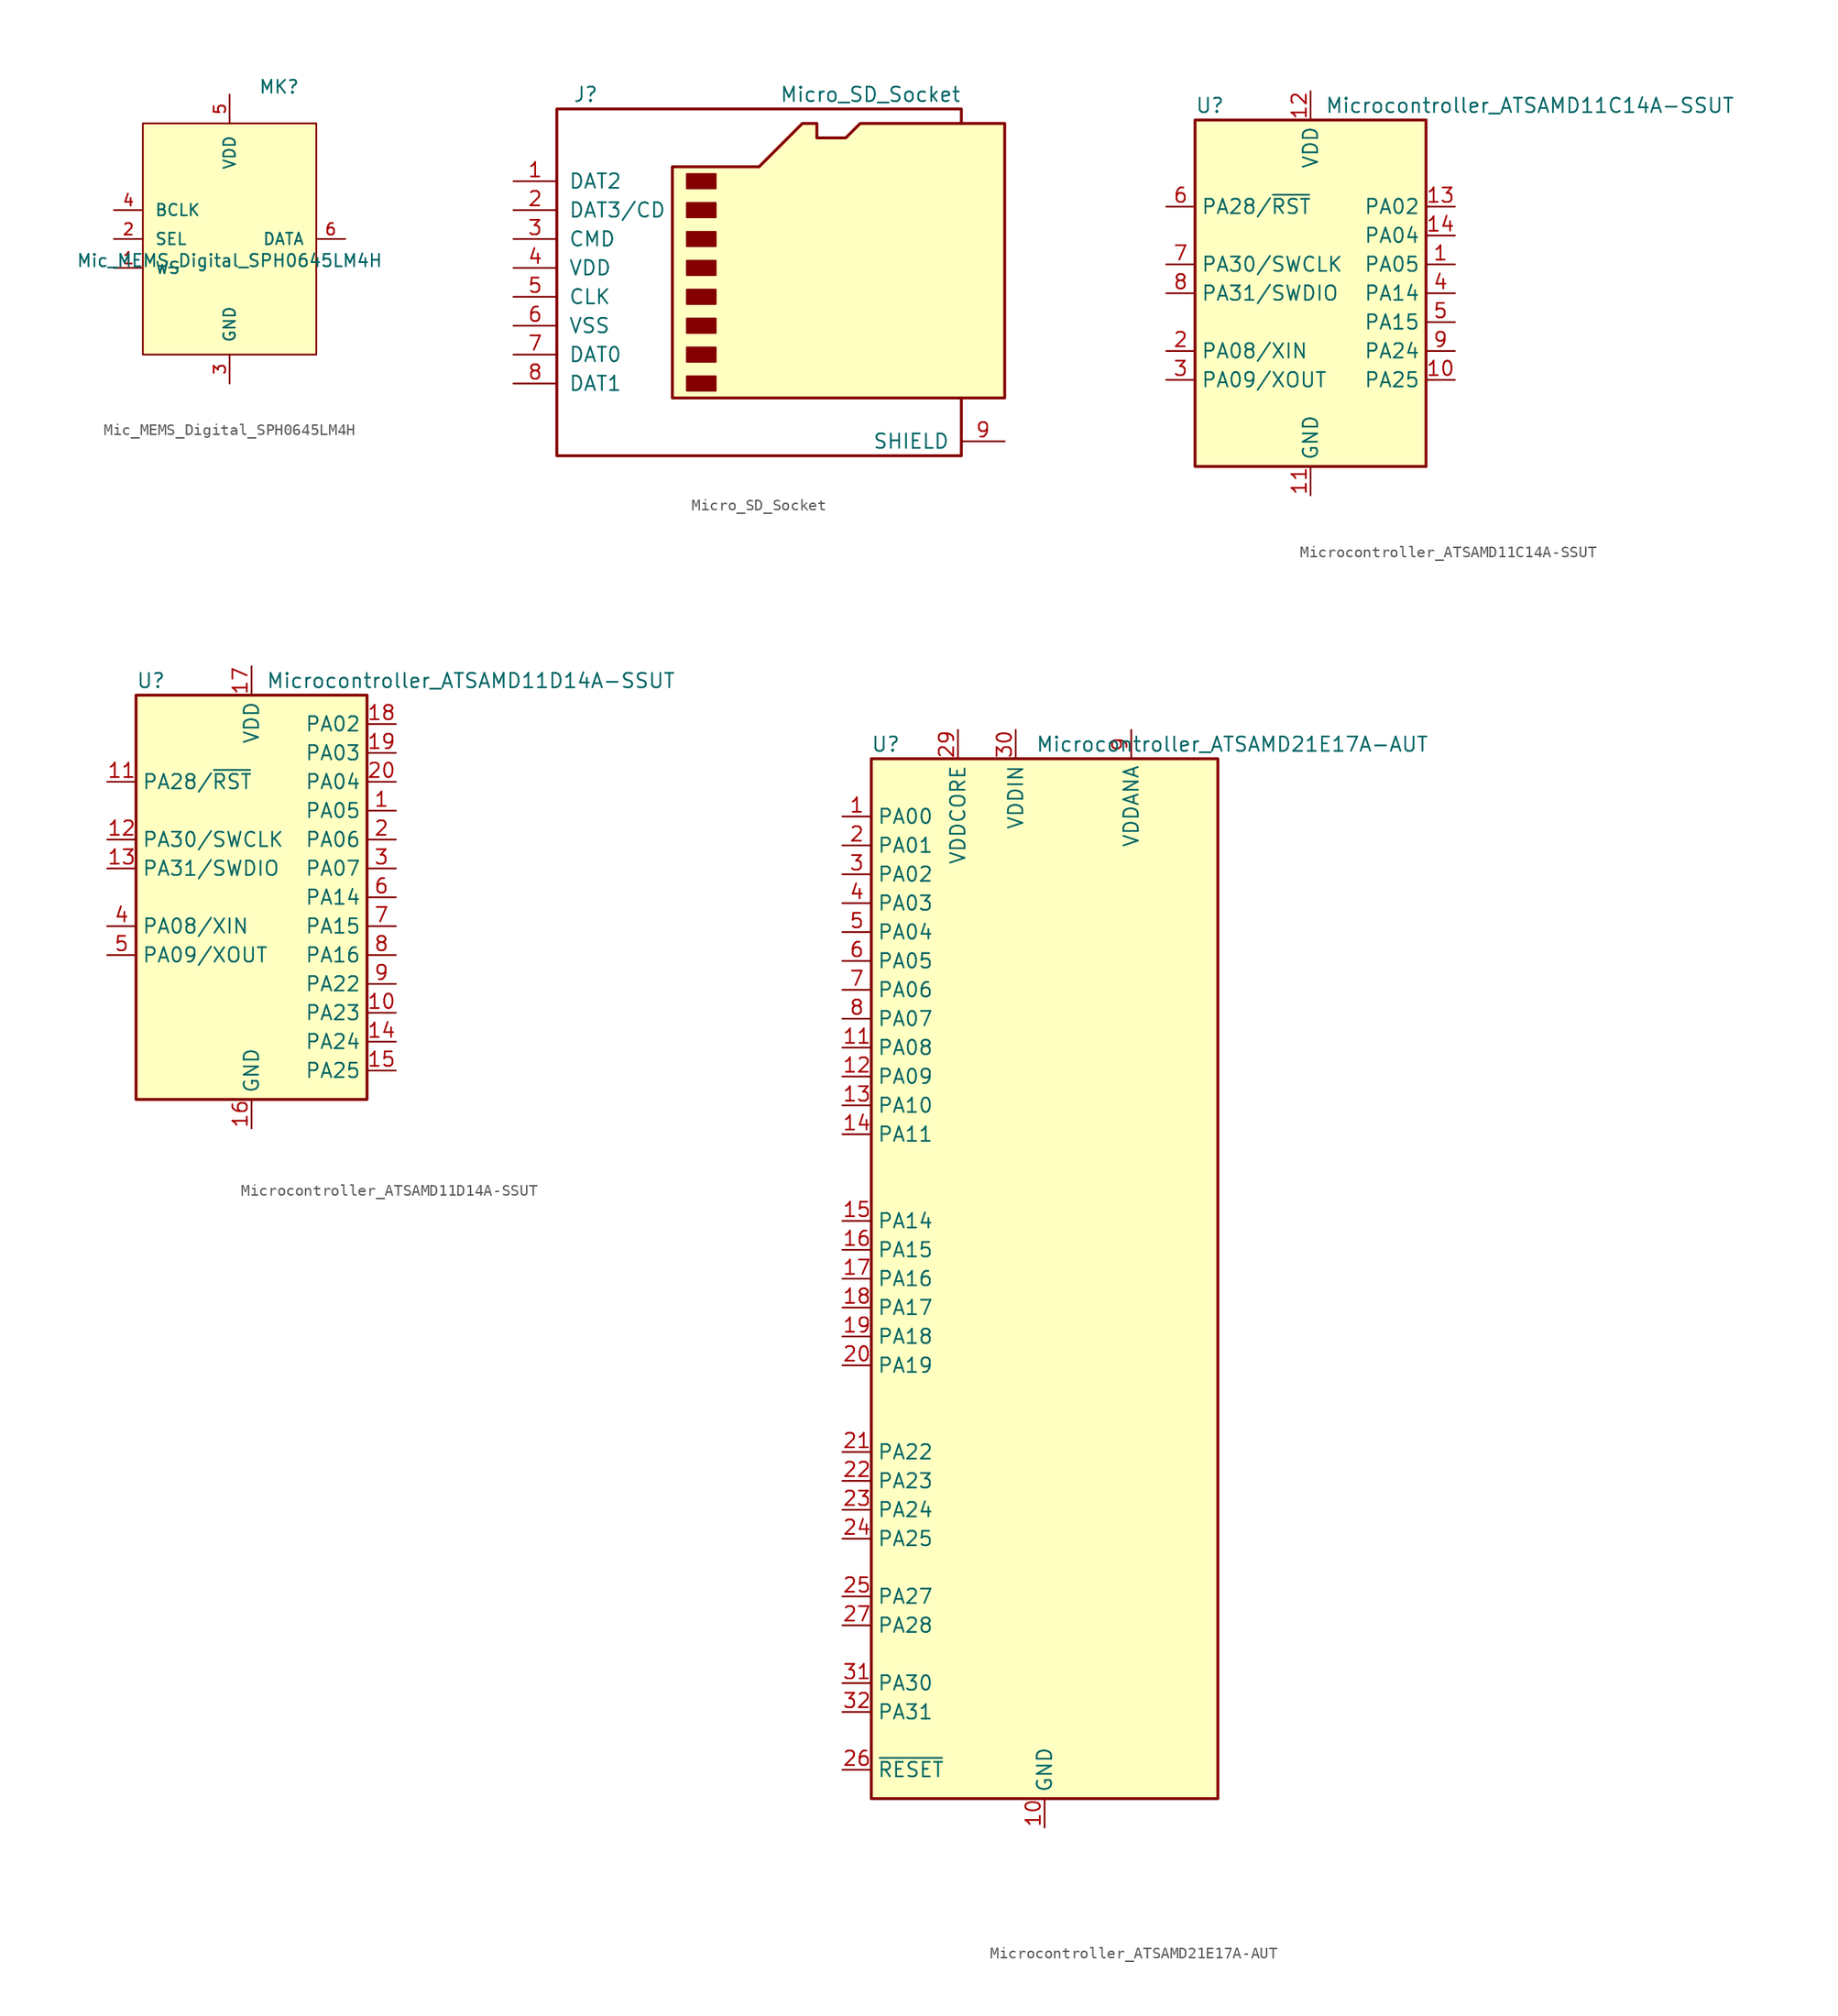
<source format=kicad_sym>
(kicad_symbol_lib
  (version 20220914)
  (generator kicad_symbol_editor)
  (symbol "Mic_MEMS_Digital_SPH0645LM4H"
    (pin_names
      (offset 1.016))
    (property "Reference" "MK"
      (at 2.54 12.7 0)
      (effects (font (size 1.143 1.143)) (justify left bottom)))
    (property "Value" "Mic_MEMS_Digital_SPH0645LM4H"
      (at 0 -2.54 0)
      (effects (font (size 1.092 1.092)) (justify bottom)))
    (symbol "Mic_MEMS_Digital_SPH0645LM4H_0_1"
      (rectangle (start -7.62 10.16) (end 7.62 -10.16) (stroke (width 0) (type solid)) (fill (type background))))
    (symbol "Mic_MEMS_Digital_SPH0645LM4H_1_1"
      (pin input line (at -10.16 -2.54 0) (length 2.54) (name "WS" (effects (font (size 1.016 1.016)))) (number "1" (effects (font (size 1.016 1.016)))))
      (pin input line (at -10.16 0 0) (length 2.54) (name "SEL" (effects (font (size 1.016 1.016)))) (number "2" (effects (font (size 1.016 1.016)))))
      (pin power_in line (at 0 -12.7 90) (length 2.54) (name "GND" (effects (font (size 1.016 1.016)))) (number "3" (effects (font (size 1.016 1.016)))))
      (pin input line (at -10.16 2.54 0) (length 2.54) (name "BCLK" (effects (font (size 1.016 1.016)))) (number "4" (effects (font (size 1.016 1.016)))))
      (pin power_in line (at 0 12.7 270) (length 2.54) (name "VDD" (effects (font (size 1.016 1.016)))) (number "5" (effects (font (size 1.016 1.016)))))
      (pin output line (at 10.16 0 180) (length 2.54) (name "DATA" (effects (font (size 1.016 1.016)))) (number "6" (effects (font (size 1.016 1.016)))))))
  (symbol "Micro_SD_Socket"
    (pin_names
      (offset 1.016))
    (property "Reference" "J"
      (at -16.51 15.24 0)
      (effects (font (size 1.27 1.27))))
    (property "Value" "Micro_SD_Socket"
      (at 16.51 15.24 0)
      (effects (font (size 1.27 1.27)) (justify right)))
    (symbol "Micro_SD_Socket_0_1"
      (rectangle (start -7.62 -9.525) (end -5.08 -10.795) (stroke (width 0) (type solid)) (fill (type outline)))
      (rectangle (start -7.62 -6.985) (end -5.08 -8.255) (stroke (width 0) (type solid)) (fill (type outline)))
      (rectangle (start -7.62 -4.445) (end -5.08 -5.715) (stroke (width 0) (type solid)) (fill (type outline)))
      (rectangle (start -7.62 -1.905) (end -5.08 -3.175) (stroke (width 0) (type solid)) (fill (type outline)))
      (rectangle (start -7.62 0.635) (end -5.08 -0.635) (stroke (width 0) (type solid)) (fill (type outline)))
      (rectangle (start -7.62 3.175) (end -5.08 1.905) (stroke (width 0) (type solid)) (fill (type outline)))
      (rectangle (start -7.62 5.715) (end -5.08 4.445) (stroke (width 0) (type solid)) (fill (type outline)))
      (rectangle (start -7.62 8.255) (end -5.08 6.985) (stroke (width 0) (type solid)) (fill (type outline)))
      (polyline (pts (xy 16.51 12.7) (xy 16.51 13.97) (xy -19.05 13.97) (xy -19.05 -16.51) (xy 16.51 -16.51) (xy 16.51 -11.43)) (stroke (width 0.254) (type solid)) (fill (type none)))
      (polyline (pts (xy -8.89 -11.43) (xy -8.89 8.89) (xy -1.27 8.89) (xy 2.54 12.7) (xy 3.81 12.7) (xy 3.81 11.43) (xy 6.35 11.43) (xy 7.62 12.7) (xy 20.32 12.7) (xy 20.32 -11.43) (xy -8.89 -11.43)) (stroke (width 0.254) (type solid)) (fill (type background))))
    (symbol "Micro_SD_Socket_1_1"
      (pin bidirectional line (at -22.86 7.62 0) (length 3.81) (name "DAT2" (effects (font (size 1.27 1.27)))) (number "1" (effects (font (size 1.27 1.27)))))
      (pin bidirectional line (at -22.86 5.08 0) (length 3.81) (name "DAT3/CD" (effects (font (size 1.27 1.27)))) (number "2" (effects (font (size 1.27 1.27)))))
      (pin input line (at -22.86 2.54 0) (length 3.81) (name "CMD" (effects (font (size 1.27 1.27)))) (number "3" (effects (font (size 1.27 1.27)))))
      (pin power_in line (at -22.86 0 0) (length 3.81) (name "VDD" (effects (font (size 1.27 1.27)))) (number "4" (effects (font (size 1.27 1.27)))))
      (pin input line (at -22.86 -2.54 0) (length 3.81) (name "CLK" (effects (font (size 1.27 1.27)))) (number "5" (effects (font (size 1.27 1.27)))))
      (pin power_in line (at -22.86 -5.08 0) (length 3.81) (name "VSS" (effects (font (size 1.27 1.27)))) (number "6" (effects (font (size 1.27 1.27)))))
      (pin bidirectional line (at -22.86 -7.62 0) (length 3.81) (name "DAT0" (effects (font (size 1.27 1.27)))) (number "7" (effects (font (size 1.27 1.27)))))
      (pin bidirectional line (at -22.86 -10.16 0) (length 3.81) (name "DAT1" (effects (font (size 1.27 1.27)))) (number "8" (effects (font (size 1.27 1.27)))))
      (pin passive line (at 20.32 -15.24 180) (length 3.81) (name "SHIELD" (effects (font (size 1.27 1.27)))) (number "9" (effects (font (size 1.27 1.27)))))))
  (symbol "Microcontroller_ATSAMD11C14A-SSUT"
    (property "Reference" "U"
      (at -10.16 16.51 0)
      (effects (font (size 1.27 1.27)) (justify left)))
    (property "Value" "Microcontroller_ATSAMD11C14A-SSUT"
      (at 1.27 16.51 0)
      (effects (font (size 1.27 1.27)) (justify left)))
    (symbol "Microcontroller_ATSAMD11C14A-SSUT_0_1"
      (rectangle (start -10.16 15.24) (end 10.16 -15.24) (stroke (width 0.254) (type solid)) (fill (type background))))
    (symbol "Microcontroller_ATSAMD11C14A-SSUT_1_1"
      (pin bidirectional line (at 12.7 2.54 180) (length 2.54) (name "PA05" (effects (font (size 1.27 1.27)))) (number "1" (effects (font (size 1.27 1.27)))))
      (pin bidirectional line (at 12.7 -7.62 180) (length 2.54) (name "PA25" (effects (font (size 1.27 1.27)))) (number "10" (effects (font (size 1.27 1.27)))))
      (pin power_in line (at 0 -17.78 90) (length 2.54) (name "GND" (effects (font (size 1.27 1.27)))) (number "11" (effects (font (size 1.27 1.27)))))
      (pin power_in line (at 0 17.78 270) (length 2.54) (name "VDD" (effects (font (size 1.27 1.27)))) (number "12" (effects (font (size 1.27 1.27)))))
      (pin bidirectional line (at 12.7 7.62 180) (length 2.54) (name "PA02" (effects (font (size 1.27 1.27)))) (number "13" (effects (font (size 1.27 1.27)))))
      (pin bidirectional line (at 12.7 5.08 180) (length 2.54) (name "PA04" (effects (font (size 1.27 1.27)))) (number "14" (effects (font (size 1.27 1.27)))))
      (pin bidirectional line (at -12.7 -5.08 0) (length 2.54) (name "PA08/XIN" (effects (font (size 1.27 1.27)))) (number "2" (effects (font (size 1.27 1.27)))))
      (pin bidirectional line (at -12.7 -7.62 0) (length 2.54) (name "PA09/XOUT" (effects (font (size 1.27 1.27)))) (number "3" (effects (font (size 1.27 1.27)))))
      (pin bidirectional line (at 12.7 0 180) (length 2.54) (name "PA14" (effects (font (size 1.27 1.27)))) (number "4" (effects (font (size 1.27 1.27)))))
      (pin bidirectional line (at 12.7 -2.54 180) (length 2.54) (name "PA15" (effects (font (size 1.27 1.27)))) (number "5" (effects (font (size 1.27 1.27)))))
      (pin bidirectional line (at -12.7 7.62 0) (length 2.54) (name "PA28/~{RST}" (effects (font (size 1.27 1.27)))) (number "6" (effects (font (size 1.27 1.27)))))
      (pin bidirectional line (at -12.7 2.54 0) (length 2.54) (name "PA30/SWCLK" (effects (font (size 1.27 1.27)))) (number "7" (effects (font (size 1.27 1.27)))))
      (pin bidirectional line (at -12.7 0 0) (length 2.54) (name "PA31/SWDIO" (effects (font (size 1.27 1.27)))) (number "8" (effects (font (size 1.27 1.27)))))
      (pin bidirectional line (at 12.7 -5.08 180) (length 2.54) (name "PA24" (effects (font (size 1.27 1.27)))) (number "9" (effects (font (size 1.27 1.27)))))))
  (symbol "Microcontroller_ATSAMD11D14A-SSUT"
    (property "Reference" "U"
      (at -10.16 19.05 0)
      (effects (font (size 1.27 1.27)) (justify left)))
    (property "Value" "Microcontroller_ATSAMD11D14A-SSUT"
      (at 1.27 19.05 0)
      (effects (font (size 1.27 1.27)) (justify left)))
    (symbol "Microcontroller_ATSAMD11D14A-SSUT_0_1"
      (rectangle (start -10.16 17.78) (end 10.16 -17.78) (stroke (width 0.254) (type solid)) (fill (type background))))
    (symbol "Microcontroller_ATSAMD11D14A-SSUT_1_1"
      (pin bidirectional line (at 12.7 7.62 180) (length 2.54) (name "PA05" (effects (font (size 1.27 1.27)))) (number "1" (effects (font (size 1.27 1.27)))))
      (pin bidirectional line (at 12.7 -10.16 180) (length 2.54) (name "PA23" (effects (font (size 1.27 1.27)))) (number "10" (effects (font (size 1.27 1.27)))))
      (pin bidirectional line (at -12.7 10.16 0) (length 2.54) (name "PA28/~{RST}" (effects (font (size 1.27 1.27)))) (number "11" (effects (font (size 1.27 1.27)))))
      (pin bidirectional line (at -12.7 5.08 0) (length 2.54) (name "PA30/SWCLK" (effects (font (size 1.27 1.27)))) (number "12" (effects (font (size 1.27 1.27)))))
      (pin bidirectional line (at -12.7 2.54 0) (length 2.54) (name "PA31/SWDIO" (effects (font (size 1.27 1.27)))) (number "13" (effects (font (size 1.27 1.27)))))
      (pin bidirectional line (at 12.7 -12.7 180) (length 2.54) (name "PA24" (effects (font (size 1.27 1.27)))) (number "14" (effects (font (size 1.27 1.27)))))
      (pin bidirectional line (at 12.7 -15.24 180) (length 2.54) (name "PA25" (effects (font (size 1.27 1.27)))) (number "15" (effects (font (size 1.27 1.27)))))
      (pin power_in line (at 0 -20.32 90) (length 2.54) (name "GND" (effects (font (size 1.27 1.27)))) (number "16" (effects (font (size 1.27 1.27)))))
      (pin power_in line (at 0 20.32 270) (length 2.54) (name "VDD" (effects (font (size 1.27 1.27)))) (number "17" (effects (font (size 1.27 1.27)))))
      (pin bidirectional line (at 12.7 15.24 180) (length 2.54) (name "PA02" (effects (font (size 1.27 1.27)))) (number "18" (effects (font (size 1.27 1.27)))))
      (pin bidirectional line (at 12.7 12.7 180) (length 2.54) (name "PA03" (effects (font (size 1.27 1.27)))) (number "19" (effects (font (size 1.27 1.27)))))
      (pin bidirectional line (at 12.7 5.08 180) (length 2.54) (name "PA06" (effects (font (size 1.27 1.27)))) (number "2" (effects (font (size 1.27 1.27)))))
      (pin bidirectional line (at 12.7 10.16 180) (length 2.54) (name "PA04" (effects (font (size 1.27 1.27)))) (number "20" (effects (font (size 1.27 1.27)))))
      (pin bidirectional line (at 12.7 2.54 180) (length 2.54) (name "PA07" (effects (font (size 1.27 1.27)))) (number "3" (effects (font (size 1.27 1.27)))))
      (pin bidirectional line (at -12.7 -2.54 0) (length 2.54) (name "PA08/XIN" (effects (font (size 1.27 1.27)))) (number "4" (effects (font (size 1.27 1.27)))))
      (pin bidirectional line (at -12.7 -5.08 0) (length 2.54) (name "PA09/XOUT" (effects (font (size 1.27 1.27)))) (number "5" (effects (font (size 1.27 1.27)))))
      (pin bidirectional line (at 12.7 0 180) (length 2.54) (name "PA14" (effects (font (size 1.27 1.27)))) (number "6" (effects (font (size 1.27 1.27)))))
      (pin bidirectional line (at 12.7 -2.54 180) (length 2.54) (name "PA15" (effects (font (size 1.27 1.27)))) (number "7" (effects (font (size 1.27 1.27)))))
      (pin bidirectional line (at 12.7 -5.08 180) (length 2.54) (name "PA16" (effects (font (size 1.27 1.27)))) (number "8" (effects (font (size 1.27 1.27)))))
      (pin bidirectional line (at 12.7 -7.62 180) (length 2.54) (name "PA22" (effects (font (size 1.27 1.27)))) (number "9" (effects (font (size 1.27 1.27)))))))
  (symbol "Microcontroller_ATSAMD21E17A-AUT"
    (property "Reference" "U"
      (at -13.97 46.99 0)
      (effects (font (size 1.27 1.27))))
    (property "Value" "Microcontroller_ATSAMD21E17A-AUT"
      (at 16.51 46.99 0)
      (effects (font (size 1.27 1.27))))
    (symbol "Microcontroller_ATSAMD21E17A-AUT_1_1"
      (rectangle (start -15.24 45.72) (end 15.24 -45.72) (stroke (width 0.254) (type solid)) (fill (type background)))
      (pin bidirectional line (at -17.78 40.64 0) (length 2.54) (name "PA00" (effects (font (size 1.27 1.27)))) (number "1" (effects (font (size 1.27 1.27)))))
      (pin power_in line (at 0 -48.26 90) (length 2.54) (name "GND" (effects (font (size 1.27 1.27)))) (number "10" (effects (font (size 1.27 1.27)))))
      (pin bidirectional line (at -17.78 20.32 0) (length 2.54) (name "PA08" (effects (font (size 1.27 1.27)))) (number "11" (effects (font (size 1.27 1.27)))))
      (pin bidirectional line (at -17.78 17.78 0) (length 2.54) (name "PA09" (effects (font (size 1.27 1.27)))) (number "12" (effects (font (size 1.27 1.27)))))
      (pin bidirectional line (at -17.78 15.24 0) (length 2.54) (name "PA10" (effects (font (size 1.27 1.27)))) (number "13" (effects (font (size 1.27 1.27)))))
      (pin bidirectional line (at -17.78 12.7 0) (length 2.54) (name "PA11" (effects (font (size 1.27 1.27)))) (number "14" (effects (font (size 1.27 1.27)))))
      (pin bidirectional line (at -17.78 5.08 0) (length 2.54) (name "PA14" (effects (font (size 1.27 1.27)))) (number "15" (effects (font (size 1.27 1.27)))))
      (pin bidirectional line (at -17.78 2.54 0) (length 2.54) (name "PA15" (effects (font (size 1.27 1.27)))) (number "16" (effects (font (size 1.27 1.27)))))
      (pin bidirectional line (at -17.78 0 0) (length 2.54) (name "PA16" (effects (font (size 1.27 1.27)))) (number "17" (effects (font (size 1.27 1.27)))))
      (pin bidirectional line (at -17.78 -2.54 0) (length 2.54) (name "PA17" (effects (font (size 1.27 1.27)))) (number "18" (effects (font (size 1.27 1.27)))))
      (pin bidirectional line (at -17.78 -5.08 0) (length 2.54) (name "PA18" (effects (font (size 1.27 1.27)))) (number "19" (effects (font (size 1.27 1.27)))))
      (pin bidirectional line (at -17.78 38.1 0) (length 2.54) (name "PA01" (effects (font (size 1.27 1.27)))) (number "2" (effects (font (size 1.27 1.27)))))
      (pin bidirectional line (at -17.78 -7.62 0) (length 2.54) (name "PA19" (effects (font (size 1.27 1.27)))) (number "20" (effects (font (size 1.27 1.27)))))
      (pin bidirectional line (at -17.78 -15.24 0) (length 2.54) (name "PA22" (effects (font (size 1.27 1.27)))) (number "21" (effects (font (size 1.27 1.27)))))
      (pin bidirectional line (at -17.78 -17.78 0) (length 2.54) (name "PA23" (effects (font (size 1.27 1.27)))) (number "22" (effects (font (size 1.27 1.27)))))
      (pin bidirectional line (at -17.78 -20.32 0) (length 2.54) (name "PA24" (effects (font (size 1.27 1.27)))) (number "23" (effects (font (size 1.27 1.27)))))
      (pin bidirectional line (at -17.78 -22.86 0) (length 2.54) (name "PA25" (effects (font (size 1.27 1.27)))) (number "24" (effects (font (size 1.27 1.27)))))
      (pin bidirectional line (at -17.78 -27.94 0) (length 2.54) (name "PA27" (effects (font (size 1.27 1.27)))) (number "25" (effects (font (size 1.27 1.27)))))
      (pin input line (at -17.78 -43.18 0) (length 2.54) (name "~{RESET}" (effects (font (size 1.27 1.27)))) (number "26" (effects (font (size 1.27 1.27)))))
      (pin bidirectional line (at -17.78 -30.48 0) (length 2.54) (name "PA28" (effects (font (size 1.27 1.27)))) (number "27" (effects (font (size 1.27 1.27)))))
      (pin passive line (at 0 -48.26 90) (length 2.54) hide (name "GND" (effects (font (size 1.27 1.27)))) (number "28" (effects (font (size 1.27 1.27)))))
      (pin power_out line (at -7.62 48.26 270) (length 2.54) (name "VDDCORE" (effects (font (size 1.27 1.27)))) (number "29" (effects (font (size 1.27 1.27)))))
      (pin bidirectional line (at -17.78 35.56 0) (length 2.54) (name "PA02" (effects (font (size 1.27 1.27)))) (number "3" (effects (font (size 1.27 1.27)))))
      (pin power_in line (at -2.54 48.26 270) (length 2.54) (name "VDDIN" (effects (font (size 1.27 1.27)))) (number "30" (effects (font (size 1.27 1.27)))))
      (pin bidirectional line (at -17.78 -35.56 0) (length 2.54) (name "PA30" (effects (font (size 1.27 1.27)))) (number "31" (effects (font (size 1.27 1.27)))))
      (pin bidirectional line (at -17.78 -38.1 0) (length 2.54) (name "PA31" (effects (font (size 1.27 1.27)))) (number "32" (effects (font (size 1.27 1.27)))))
      (pin bidirectional line (at -17.78 33.02 0) (length 2.54) (name "PA03" (effects (font (size 1.27 1.27)))) (number "4" (effects (font (size 1.27 1.27)))))
      (pin bidirectional line (at -17.78 30.48 0) (length 2.54) (name "PA04" (effects (font (size 1.27 1.27)))) (number "5" (effects (font (size 1.27 1.27)))))
      (pin bidirectional line (at -17.78 27.94 0) (length 2.54) (name "PA05" (effects (font (size 1.27 1.27)))) (number "6" (effects (font (size 1.27 1.27)))))
      (pin bidirectional line (at -17.78 25.4 0) (length 2.54) (name "PA06" (effects (font (size 1.27 1.27)))) (number "7" (effects (font (size 1.27 1.27)))))
      (pin bidirectional line (at -17.78 22.86 0) (length 2.54) (name "PA07" (effects (font (size 1.27 1.27)))) (number "8" (effects (font (size 1.27 1.27)))))
      (pin power_in line (at 7.62 48.26 270) (length 2.54) (name "VDDANA" (effects (font (size 1.27 1.27)))) (number "9" (effects (font (size 1.27 1.27))))))))
</source>
